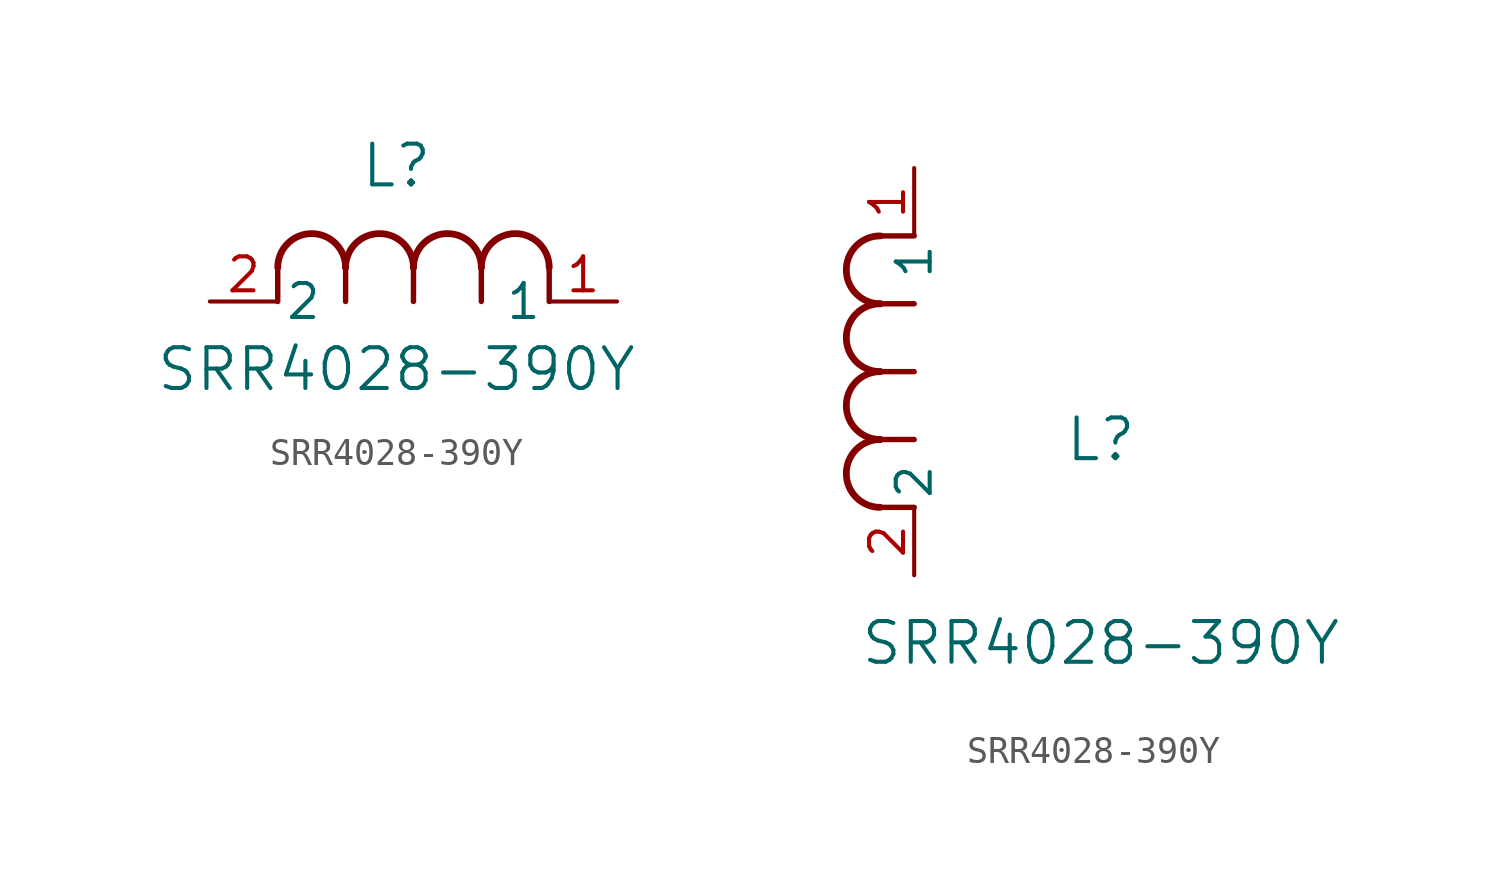
<source format=kicad_sym>
(kicad_symbol_lib
  (version 20211014)
  (generator kicad_symbol_editor)
  (symbol "SRR4028-390Y"
    (pin_names
      (offset 0.254))
    (property "Reference" "L"
      (at 6.985 5.08 0)
      (effects (font (size 1.524 1.524))))
    (property "Value" "SRR4028-390Y"
      (at 6.985 -2.54 0)
      (effects (font (size 1.524 1.524))))
    (symbol "SRR4028-390Y_1_1"
      (arc (start 7.62 1.27) (mid 6.35 2.54) (end 5.08 1.27) (stroke (width 0.254) (type default) (color 0 0 0 0)) (fill (type none)))
      (polyline (pts (xy 5.08 0) (xy 5.08 1.27)) (stroke (width 0.203) (type default) (color 0 0 0 0)) (fill (type none)))
      (polyline (pts (xy 7.62 0) (xy 7.62 1.27)) (stroke (width 0.203) (type default) (color 0 0 0 0)) (fill (type none)))
      (polyline (pts (xy 12.7 0) (xy 12.7 1.27)) (stroke (width 0.203) (type default) (color 0 0 0 0)) (fill (type none)))
      (arc (start 5.08 1.27) (mid 3.81 2.54) (end 2.54 1.27) (stroke (width 0.254) (type default) (color 0 0 0 0)) (fill (type none)))
      (arc (start 10.16 1.27) (mid 8.89 2.54) (end 7.62 1.27) (stroke (width 0.254) (type default) (color 0 0 0 0)) (fill (type none)))
      (arc (start 12.7 1.27) (mid 11.43 2.54) (end 10.16 1.27) (stroke (width 0.254) (type default) (color 0 0 0 0)) (fill (type none)))
      (polyline (pts (xy 2.54 0) (xy 2.54 1.27)) (stroke (width 0.203) (type default) (color 0 0 0 0)) (fill (type none)))
      (polyline (pts (xy 10.16 0) (xy 10.16 1.27)) (stroke (width 0.203) (type default) (color 0 0 0 0)) (fill (type none)))
      (pin unspecified line (at 0 0 0) (length 2.54) (name "2" (effects (font (size 1.27 1.27)))) (number "2" (effects (font (size 1.27 1.27)))))
      (pin unspecified line (at 15.24 0 180) (length 2.54) (name "1" (effects (font (size 1.27 1.27)))) (number "1" (effects (font (size 1.27 1.27))))))
    (symbol "SRR4028-390Y_1_2"
      (arc (start -1.27 7.62) (mid -2.54 6.35) (end -1.27 5.08) (stroke (width 0.254) (type default) (color 0 0 0 0)) (fill (type none)))
      (arc (start -1.27 5.08) (mid -2.54 3.81) (end -1.27 2.54) (stroke (width 0.254) (type default) (color 0 0 0 0)) (fill (type none)))
      (arc (start -1.27 12.7) (mid -2.54 11.43) (end -1.27 10.16) (stroke (width 0.254) (type default) (color 0 0 0 0)) (fill (type none)))
      (arc (start -1.27 10.16) (mid -2.54 8.89) (end -1.27 7.62) (stroke (width 0.254) (type default) (color 0 0 0 0)) (fill (type none)))
      (polyline (pts (xy 0 7.62) (xy -1.27 7.62)) (stroke (width 0.203) (type default) (color 0 0 0 0)) (fill (type none)))
      (polyline (pts (xy 0 5.08) (xy -1.27 5.08)) (stroke (width 0.203) (type default) (color 0 0 0 0)) (fill (type none)))
      (polyline (pts (xy 0 12.7) (xy -1.27 12.7)) (stroke (width 0.203) (type default) (color 0 0 0 0)) (fill (type none)))
      (polyline (pts (xy 0 2.54) (xy -1.27 2.54)) (stroke (width 0.203) (type default) (color 0 0 0 0)) (fill (type none)))
      (polyline (pts (xy 0 10.16) (xy -1.27 10.16)) (stroke (width 0.203) (type default) (color 0 0 0 0)) (fill (type none)))
      (pin unspecified line (at 0 0 90) (length 2.54) (name "2" (effects (font (size 1.27 1.27)))) (number "2" (effects (font (size 1.27 1.27)))))
      (pin unspecified line (at 0 15.24 270) (length 2.54) (name "1" (effects (font (size 1.27 1.27)))) (number "1" (effects (font (size 1.27 1.27))))))))
</source>
